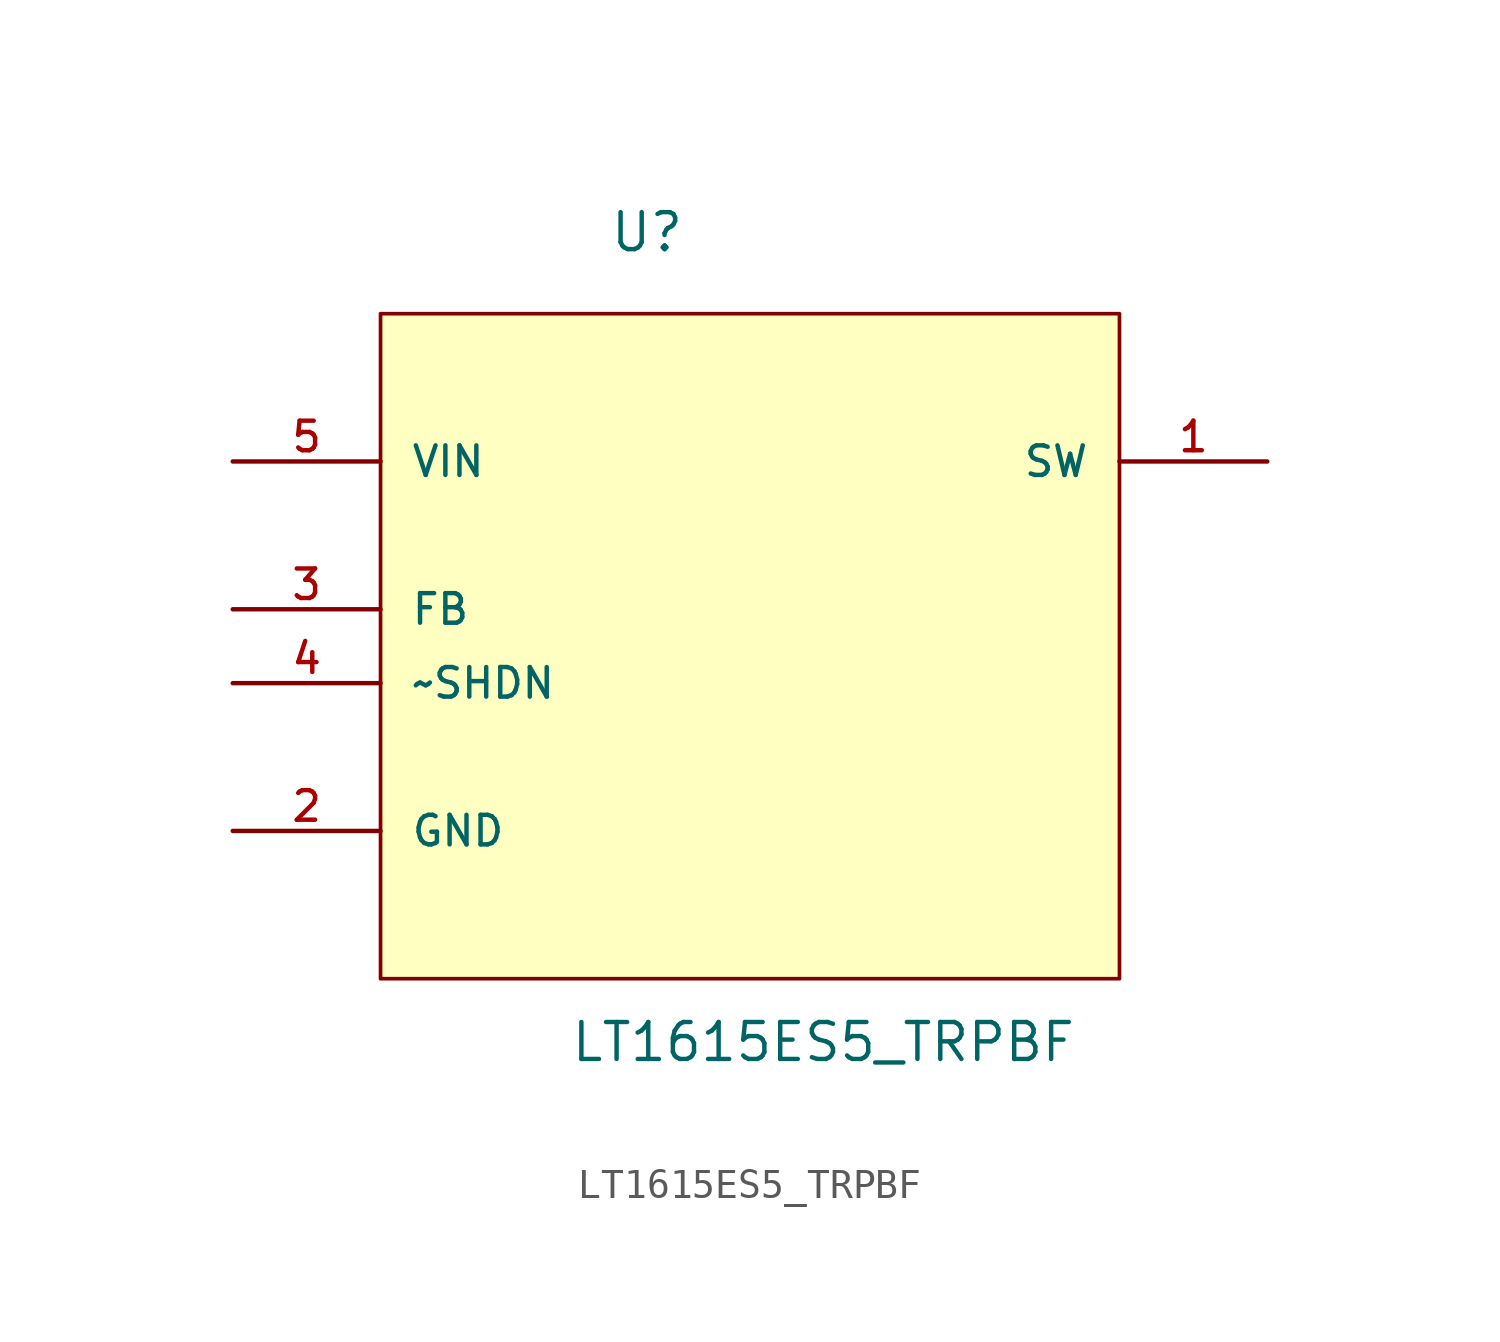
<source format=kicad_sym>
(kicad_symbol_lib
  (version 20211014)
  (generator kicad_symbol_editor)
  (symbol "LT1615ES5_TRPBF"
    (pin_names
      (offset 1.016))
    (property "Reference" "U"
      (at 12.929 7.137 0.0)
      (effects (font (size 1.27 1.27)) (justify bottom left)))
    (property "Value" "LT1615ES5_TRPBF"
      (at 11.582 -20.701 0.0)
      (effects (font (size 1.27 1.27)) (justify bottom left)))
    (symbol "LT1615ES5_TRPBF_0_0"
      (rectangle (start 5.08 -17.78) (end 30.48 5.08) (stroke (width 0.127)) (fill (type background)))
      (pin power_in line (at 0.0 0.0 0) (length 5.08) (name "VIN" (effects (font (size 1.016 1.016)))) (number "5" (effects (font (size 1.016 1.016)))))
      (pin input line (at 0.0 -5.08 0) (length 5.08) (name "FB" (effects (font (size 1.016 1.016)))) (number "3" (effects (font (size 1.016 1.016)))))
      (pin input line (at 0.0 -7.62 0) (length 5.08) (name "~SHDN" (effects (font (size 1.016 1.016)))) (number "4" (effects (font (size 1.016 1.016)))))
      (pin passive line (at 0.0 -12.7 0) (length 5.08) (name "GND" (effects (font (size 1.016 1.016)))) (number "2" (effects (font (size 1.016 1.016)))))
      (pin output line (at 35.56 0.0 180.0) (length 5.08) (name "SW" (effects (font (size 1.016 1.016)))) (number "1" (effects (font (size 1.016 1.016))))))))
</source>
